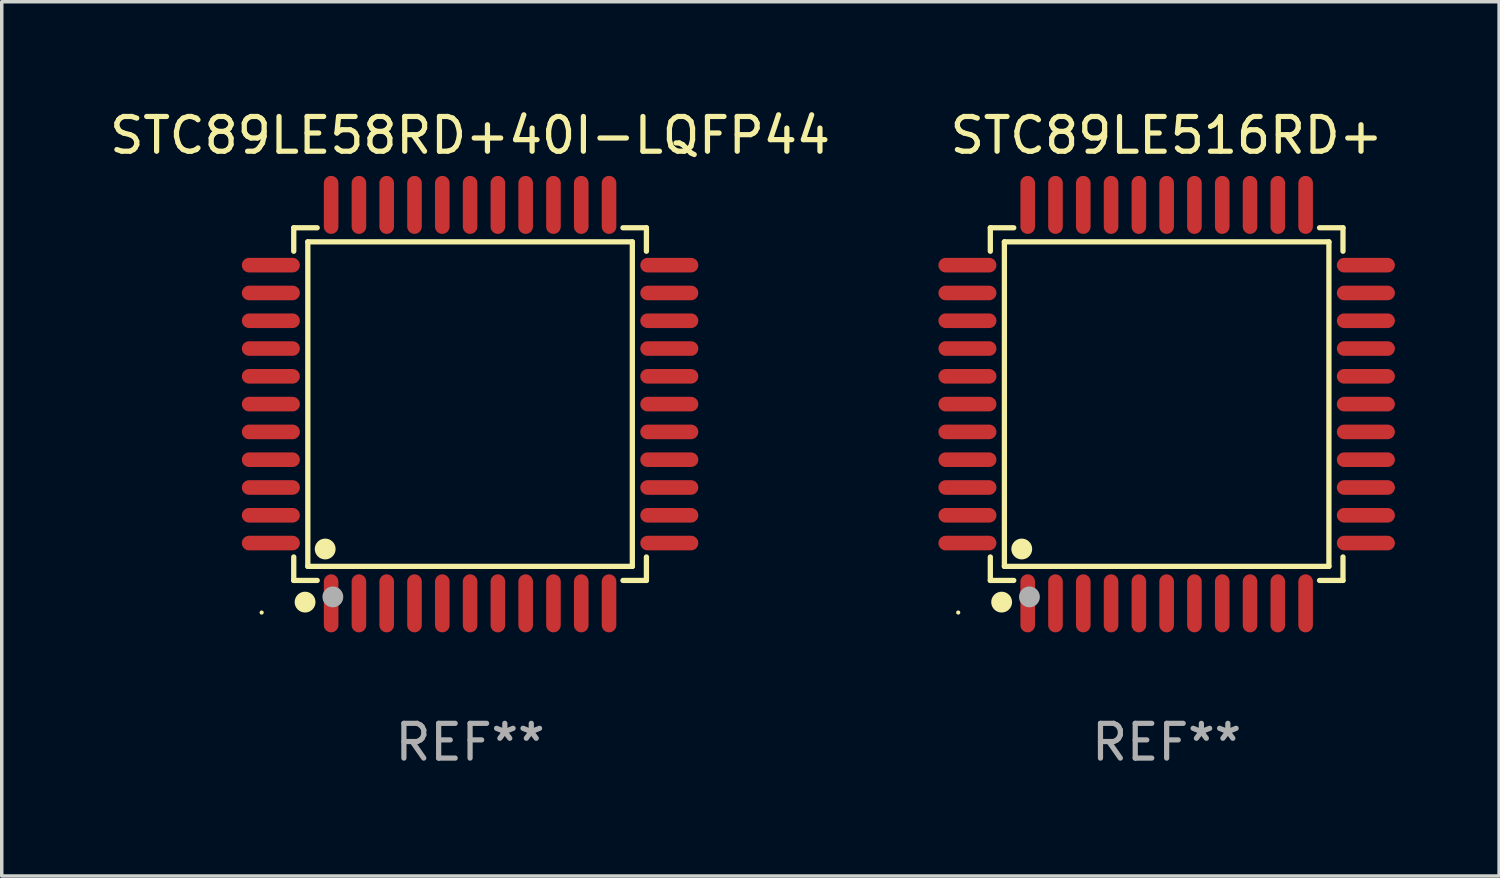
<source format=kicad_pcb>
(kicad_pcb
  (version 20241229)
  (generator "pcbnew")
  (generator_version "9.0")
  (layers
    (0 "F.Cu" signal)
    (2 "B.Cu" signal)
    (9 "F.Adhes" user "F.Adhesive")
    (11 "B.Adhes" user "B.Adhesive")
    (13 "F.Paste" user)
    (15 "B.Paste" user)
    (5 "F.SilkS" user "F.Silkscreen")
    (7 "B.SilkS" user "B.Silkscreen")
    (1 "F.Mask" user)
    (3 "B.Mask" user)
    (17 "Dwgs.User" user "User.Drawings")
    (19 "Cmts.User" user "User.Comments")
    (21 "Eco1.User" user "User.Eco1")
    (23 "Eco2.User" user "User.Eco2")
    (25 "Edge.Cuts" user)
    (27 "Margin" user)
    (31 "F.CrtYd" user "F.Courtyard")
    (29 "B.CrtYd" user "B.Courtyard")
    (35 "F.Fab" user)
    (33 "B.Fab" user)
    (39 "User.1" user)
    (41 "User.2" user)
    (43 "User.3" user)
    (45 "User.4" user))
  (footprint "STC89LE58RD+40I-LQFP44"
    (layer "F.Cu")
    (at 10.482 8.583)
    (property "Reference" "STC89LE58RD+40I-LQFP44" (at 0 -7.735 0) (layer "F.SilkS") (effects (font (size 1 1) (thickness 0.15))))
    (attr through_hole)
    (fp_line (start -5.076 -5.076) (end -4.401 -5.076) (stroke (width 0.152) (type solid)) (layer "F.SilkS"))
    (fp_line (start -5.076 -4.401) (end -5.076 -5.076) (stroke (width 0.152) (type solid)) (layer "F.SilkS"))
    (fp_line (start -5.076 4.401) (end -5.076 5.076) (stroke (width 0.152) (type solid)) (layer "F.SilkS"))
    (fp_line (start -5.076 5.076) (end -4.401 5.076) (stroke (width 0.152) (type solid)) (layer "F.SilkS"))
    (fp_line (start -4.671 -4.671) (end 4.671 -4.671) (stroke (width 0.152) (type solid)) (layer "F.SilkS"))
    (fp_line (start -4.671 4.671) (end -4.671 -4.671) (stroke (width 0.152) (type solid)) (layer "F.SilkS"))
    (fp_line (start 4.671 -4.671) (end 4.671 4.671) (stroke (width 0.152) (type solid)) (layer "F.SilkS"))
    (fp_line (start 4.671 4.671) (end -4.671 4.671) (stroke (width 0.152) (type solid)) (layer "F.SilkS"))
    (fp_line (start 5.076 -5.076) (end 4.401 -5.076) (stroke (width 0.152) (type solid)) (layer "F.SilkS"))
    (fp_line (start 5.076 -4.401) (end 5.076 -5.076) (stroke (width 0.152) (type solid)) (layer "F.SilkS"))
    (fp_line (start 5.076 4.401) (end 5.076 5.076) (stroke (width 0.152) (type solid)) (layer "F.SilkS"))
    (fp_line (start 5.076 5.076) (end 4.401 5.076) (stroke (width 0.152) (type solid)) (layer "F.SilkS"))
    (fp_circle (center -6 6) (end -5.97 6) (stroke (width 0.06) (type solid)) (fill no) (layer "F.SilkS"))
    (fp_circle (center -4.75 5.7) (end -4.6 5.7) (stroke (width 0.3) (type solid)) (fill no) (layer "F.SilkS"))
    (fp_circle (center -4.171 4.171) (end -4.021 4.171) (stroke (width 0.3) (type solid)) (fill no) (layer "F.SilkS"))
    (fp_circle (center -3.95 5.55) (end -3.8 5.55) (stroke (width 0.3) (type solid)) (fill no) (layer "F.Fab"))
    (fp_text user "REF**" (at 0 9.735 0) (layer "F.Fab") (effects (font (size 1 1) (thickness 0.15))))
    (pad "1" smd oval (at -4 5.735) (size 0.42 1.67) (layers "F.Cu" "F.Mask" "F.Paste"))
    (pad "2" smd oval (at -3.2 5.735) (size 0.42 1.67) (layers "F.Cu" "F.Mask" "F.Paste"))
    (pad "3" smd oval (at -2.4 5.735) (size 0.42 1.67) (layers "F.Cu" "F.Mask" "F.Paste"))
    (pad "4" smd oval (at -1.6 5.735) (size 0.42 1.67) (layers "F.Cu" "F.Mask" "F.Paste"))
    (pad "5" smd oval (at -0.8 5.735) (size 0.42 1.67) (layers "F.Cu" "F.Mask" "F.Paste"))
    (pad "6" smd oval (at 0 5.735) (size 0.42 1.67) (layers "F.Cu" "F.Mask" "F.Paste"))
    (pad "7" smd oval (at 0.8 5.735) (size 0.42 1.67) (layers "F.Cu" "F.Mask" "F.Paste"))
    (pad "8" smd oval (at 1.6 5.735) (size 0.42 1.67) (layers "F.Cu" "F.Mask" "F.Paste"))
    (pad "9" smd oval (at 2.4 5.735) (size 0.42 1.67) (layers "F.Cu" "F.Mask" "F.Paste"))
    (pad "10" smd oval (at 3.2 5.735) (size 0.42 1.67) (layers "F.Cu" "F.Mask" "F.Paste"))
    (pad "11" smd oval (at 4 5.735) (size 0.42 1.67) (layers "F.Cu" "F.Mask" "F.Paste"))
    (pad "12" smd oval (at 5.735 4) (size 1.67 0.42) (layers "F.Cu" "F.Mask" "F.Paste"))
    (pad "13" smd oval (at 5.735 3.2) (size 1.67 0.42) (layers "F.Cu" "F.Mask" "F.Paste"))
    (pad "14" smd oval (at 5.735 2.4) (size 1.67 0.42) (layers "F.Cu" "F.Mask" "F.Paste"))
    (pad "15" smd oval (at 5.735 1.6) (size 1.67 0.42) (layers "F.Cu" "F.Mask" "F.Paste"))
    (pad "16" smd oval (at 5.735 0.8) (size 1.67 0.42) (layers "F.Cu" "F.Mask" "F.Paste"))
    (pad "17" smd oval (at 5.735 0) (size 1.67 0.42) (layers "F.Cu" "F.Mask" "F.Paste"))
    (pad "18" smd oval (at 5.735 -0.8) (size 1.67 0.42) (layers "F.Cu" "F.Mask" "F.Paste"))
    (pad "19" smd oval (at 5.735 -1.6) (size 1.67 0.42) (layers "F.Cu" "F.Mask" "F.Paste"))
    (pad "20" smd oval (at 5.735 -2.4) (size 1.67 0.42) (layers "F.Cu" "F.Mask" "F.Paste"))
    (pad "21" smd oval (at 5.735 -3.2) (size 1.67 0.42) (layers "F.Cu" "F.Mask" "F.Paste"))
    (pad "22" smd oval (at 5.735 -4) (size 1.67 0.42) (layers "F.Cu" "F.Mask" "F.Paste"))
    (pad "23" smd oval (at 4 -5.735) (size 0.42 1.67) (layers "F.Cu" "F.Mask" "F.Paste"))
    (pad "24" smd oval (at 3.2 -5.735) (size 0.42 1.67) (layers "F.Cu" "F.Mask" "F.Paste"))
    (pad "25" smd oval (at 2.4 -5.735) (size 0.42 1.67) (layers "F.Cu" "F.Mask" "F.Paste"))
    (pad "26" smd oval (at 1.6 -5.735) (size 0.42 1.67) (layers "F.Cu" "F.Mask" "F.Paste"))
    (pad "27" smd oval (at 0.8 -5.735) (size 0.42 1.67) (layers "F.Cu" "F.Mask" "F.Paste"))
    (pad "28" smd oval (at 0 -5.735) (size 0.42 1.67) (layers "F.Cu" "F.Mask" "F.Paste"))
    (pad "29" smd oval (at -0.8 -5.735) (size 0.42 1.67) (layers "F.Cu" "F.Mask" "F.Paste"))
    (pad "30" smd oval (at -1.6 -5.735) (size 0.42 1.67) (layers "F.Cu" "F.Mask" "F.Paste"))
    (pad "31" smd oval (at -2.4 -5.735) (size 0.42 1.67) (layers "F.Cu" "F.Mask" "F.Paste"))
    (pad "32" smd oval (at -3.2 -5.735) (size 0.42 1.67) (layers "F.Cu" "F.Mask" "F.Paste"))
    (pad "33" smd oval (at -4 -5.735) (size 0.42 1.67) (layers "F.Cu" "F.Mask" "F.Paste"))
    (pad "34" smd oval (at -5.735 -4) (size 1.67 0.42) (layers "F.Cu" "F.Mask" "F.Paste"))
    (pad "35" smd oval (at -5.735 -3.2) (size 1.67 0.42) (layers "F.Cu" "F.Mask" "F.Paste"))
    (pad "36" smd oval (at -5.735 -2.4) (size 1.67 0.42) (layers "F.Cu" "F.Mask" "F.Paste"))
    (pad "37" smd oval (at -5.735 -1.6) (size 1.67 0.42) (layers "F.Cu" "F.Mask" "F.Paste"))
    (pad "38" smd oval (at -5.735 -0.8) (size 1.67 0.42) (layers "F.Cu" "F.Mask" "F.Paste"))
    (pad "39" smd oval (at -5.735 0) (size 1.67 0.42) (layers "F.Cu" "F.Mask" "F.Paste"))
    (pad "40" smd oval (at -5.735 0.8) (size 1.67 0.42) (layers "F.Cu" "F.Mask" "F.Paste"))
    (pad "41" smd oval (at -5.735 1.6) (size 1.67 0.42) (layers "F.Cu" "F.Mask" "F.Paste"))
    (pad "42" smd oval (at -5.735 2.4) (size 1.67 0.42) (layers "F.Cu" "F.Mask" "F.Paste"))
    (pad "43" smd oval (at -5.735 3.2) (size 1.67 0.42) (layers "F.Cu" "F.Mask" "F.Paste"))
    (pad "44" smd oval (at -5.735 4) (size 1.67 0.42) (layers "F.Cu" "F.Mask" "F.Paste")))
  (footprint "STC89LE516RD+"
    (layer "F.Cu")
    (at 30.534 8.583)
    (property "Reference" "STC89LE516RD+" (at 0 -7.735 0) (layer "F.SilkS") (effects (font (size 1 1) (thickness 0.15))))
    (attr through_hole)
    (fp_line (start -5.076 -5.076) (end -4.401 -5.076) (stroke (width 0.152) (type solid)) (layer "F.SilkS"))
    (fp_line (start -5.076 -4.401) (end -5.076 -5.076) (stroke (width 0.152) (type solid)) (layer "F.SilkS"))
    (fp_line (start -5.076 4.401) (end -5.076 5.076) (stroke (width 0.152) (type solid)) (layer "F.SilkS"))
    (fp_line (start -5.076 5.076) (end -4.401 5.076) (stroke (width 0.152) (type solid)) (layer "F.SilkS"))
    (fp_line (start -4.671 -4.671) (end 4.671 -4.671) (stroke (width 0.152) (type solid)) (layer "F.SilkS"))
    (fp_line (start -4.671 4.671) (end -4.671 -4.671) (stroke (width 0.152) (type solid)) (layer "F.SilkS"))
    (fp_line (start 4.671 -4.671) (end 4.671 4.671) (stroke (width 0.152) (type solid)) (layer "F.SilkS"))
    (fp_line (start 4.671 4.671) (end -4.671 4.671) (stroke (width 0.152) (type solid)) (layer "F.SilkS"))
    (fp_line (start 5.076 -5.076) (end 4.401 -5.076) (stroke (width 0.152) (type solid)) (layer "F.SilkS"))
    (fp_line (start 5.076 -4.401) (end 5.076 -5.076) (stroke (width 0.152) (type solid)) (layer "F.SilkS"))
    (fp_line (start 5.076 4.401) (end 5.076 5.076) (stroke (width 0.152) (type solid)) (layer "F.SilkS"))
    (fp_line (start 5.076 5.076) (end 4.401 5.076) (stroke (width 0.152) (type solid)) (layer "F.SilkS"))
    (fp_circle (center -6 6) (end -5.97 6) (stroke (width 0.06) (type solid)) (fill no) (layer "F.SilkS"))
    (fp_circle (center -4.75 5.7) (end -4.6 5.7) (stroke (width 0.3) (type solid)) (fill no) (layer "F.SilkS"))
    (fp_circle (center -4.171 4.171) (end -4.021 4.171) (stroke (width 0.3) (type solid)) (fill no) (layer "F.SilkS"))
    (fp_circle (center -3.95 5.55) (end -3.8 5.55) (stroke (width 0.3) (type solid)) (fill no) (layer "F.Fab"))
    (fp_text user "REF**" (at 0 9.735 0) (layer "F.Fab") (effects (font (size 1 1) (thickness 0.15))))
    (pad "1" smd oval (at -4 5.735) (size 0.42 1.67) (layers "F.Cu" "F.Mask" "F.Paste"))
    (pad "2" smd oval (at -3.2 5.735) (size 0.42 1.67) (layers "F.Cu" "F.Mask" "F.Paste"))
    (pad "3" smd oval (at -2.4 5.735) (size 0.42 1.67) (layers "F.Cu" "F.Mask" "F.Paste"))
    (pad "4" smd oval (at -1.6 5.735) (size 0.42 1.67) (layers "F.Cu" "F.Mask" "F.Paste"))
    (pad "5" smd oval (at -0.8 5.735) (size 0.42 1.67) (layers "F.Cu" "F.Mask" "F.Paste"))
    (pad "6" smd oval (at 0 5.735) (size 0.42 1.67) (layers "F.Cu" "F.Mask" "F.Paste"))
    (pad "7" smd oval (at 0.8 5.735) (size 0.42 1.67) (layers "F.Cu" "F.Mask" "F.Paste"))
    (pad "8" smd oval (at 1.6 5.735) (size 0.42 1.67) (layers "F.Cu" "F.Mask" "F.Paste"))
    (pad "9" smd oval (at 2.4 5.735) (size 0.42 1.67) (layers "F.Cu" "F.Mask" "F.Paste"))
    (pad "10" smd oval (at 3.2 5.735) (size 0.42 1.67) (layers "F.Cu" "F.Mask" "F.Paste"))
    (pad "11" smd oval (at 4 5.735) (size 0.42 1.67) (layers "F.Cu" "F.Mask" "F.Paste"))
    (pad "12" smd oval (at 5.735 4) (size 1.67 0.42) (layers "F.Cu" "F.Mask" "F.Paste"))
    (pad "13" smd oval (at 5.735 3.2) (size 1.67 0.42) (layers "F.Cu" "F.Mask" "F.Paste"))
    (pad "14" smd oval (at 5.735 2.4) (size 1.67 0.42) (layers "F.Cu" "F.Mask" "F.Paste"))
    (pad "15" smd oval (at 5.735 1.6) (size 1.67 0.42) (layers "F.Cu" "F.Mask" "F.Paste"))
    (pad "16" smd oval (at 5.735 0.8) (size 1.67 0.42) (layers "F.Cu" "F.Mask" "F.Paste"))
    (pad "17" smd oval (at 5.735 0) (size 1.67 0.42) (layers "F.Cu" "F.Mask" "F.Paste"))
    (pad "18" smd oval (at 5.735 -0.8) (size 1.67 0.42) (layers "F.Cu" "F.Mask" "F.Paste"))
    (pad "19" smd oval (at 5.735 -1.6) (size 1.67 0.42) (layers "F.Cu" "F.Mask" "F.Paste"))
    (pad "20" smd oval (at 5.735 -2.4) (size 1.67 0.42) (layers "F.Cu" "F.Mask" "F.Paste"))
    (pad "21" smd oval (at 5.735 -3.2) (size 1.67 0.42) (layers "F.Cu" "F.Mask" "F.Paste"))
    (pad "22" smd oval (at 5.735 -4) (size 1.67 0.42) (layers "F.Cu" "F.Mask" "F.Paste"))
    (pad "23" smd oval (at 4 -5.735) (size 0.42 1.67) (layers "F.Cu" "F.Mask" "F.Paste"))
    (pad "24" smd oval (at 3.2 -5.735) (size 0.42 1.67) (layers "F.Cu" "F.Mask" "F.Paste"))
    (pad "25" smd oval (at 2.4 -5.735) (size 0.42 1.67) (layers "F.Cu" "F.Mask" "F.Paste"))
    (pad "26" smd oval (at 1.6 -5.735) (size 0.42 1.67) (layers "F.Cu" "F.Mask" "F.Paste"))
    (pad "27" smd oval (at 0.8 -5.735) (size 0.42 1.67) (layers "F.Cu" "F.Mask" "F.Paste"))
    (pad "28" smd oval (at 0 -5.735) (size 0.42 1.67) (layers "F.Cu" "F.Mask" "F.Paste"))
    (pad "29" smd oval (at -0.8 -5.735) (size 0.42 1.67) (layers "F.Cu" "F.Mask" "F.Paste"))
    (pad "30" smd oval (at -1.6 -5.735) (size 0.42 1.67) (layers "F.Cu" "F.Mask" "F.Paste"))
    (pad "31" smd oval (at -2.4 -5.735) (size 0.42 1.67) (layers "F.Cu" "F.Mask" "F.Paste"))
    (pad "32" smd oval (at -3.2 -5.735) (size 0.42 1.67) (layers "F.Cu" "F.Mask" "F.Paste"))
    (pad "33" smd oval (at -4 -5.735) (size 0.42 1.67) (layers "F.Cu" "F.Mask" "F.Paste"))
    (pad "34" smd oval (at -5.735 -4) (size 1.67 0.42) (layers "F.Cu" "F.Mask" "F.Paste"))
    (pad "35" smd oval (at -5.735 -3.2) (size 1.67 0.42) (layers "F.Cu" "F.Mask" "F.Paste"))
    (pad "36" smd oval (at -5.735 -2.4) (size 1.67 0.42) (layers "F.Cu" "F.Mask" "F.Paste"))
    (pad "37" smd oval (at -5.735 -1.6) (size 1.67 0.42) (layers "F.Cu" "F.Mask" "F.Paste"))
    (pad "38" smd oval (at -5.735 -0.8) (size 1.67 0.42) (layers "F.Cu" "F.Mask" "F.Paste"))
    (pad "39" smd oval (at -5.735 0) (size 1.67 0.42) (layers "F.Cu" "F.Mask" "F.Paste"))
    (pad "40" smd oval (at -5.735 0.8) (size 1.67 0.42) (layers "F.Cu" "F.Mask" "F.Paste"))
    (pad "41" smd oval (at -5.735 1.6) (size 1.67 0.42) (layers "F.Cu" "F.Mask" "F.Paste"))
    (pad "42" smd oval (at -5.735 2.4) (size 1.67 0.42) (layers "F.Cu" "F.Mask" "F.Paste"))
    (pad "43" smd oval (at -5.735 3.2) (size 1.67 0.42) (layers "F.Cu" "F.Mask" "F.Paste"))
    (pad "44" smd oval (at -5.735 4) (size 1.67 0.42) (layers "F.Cu" "F.Mask" "F.Paste")))
  (gr_rect
    (start -3 -3)
    (end 40.104 22.167)
    (stroke (width 0.1) (type default))
    (fill no)
    (layer "Edge.Cuts")))
</source>
